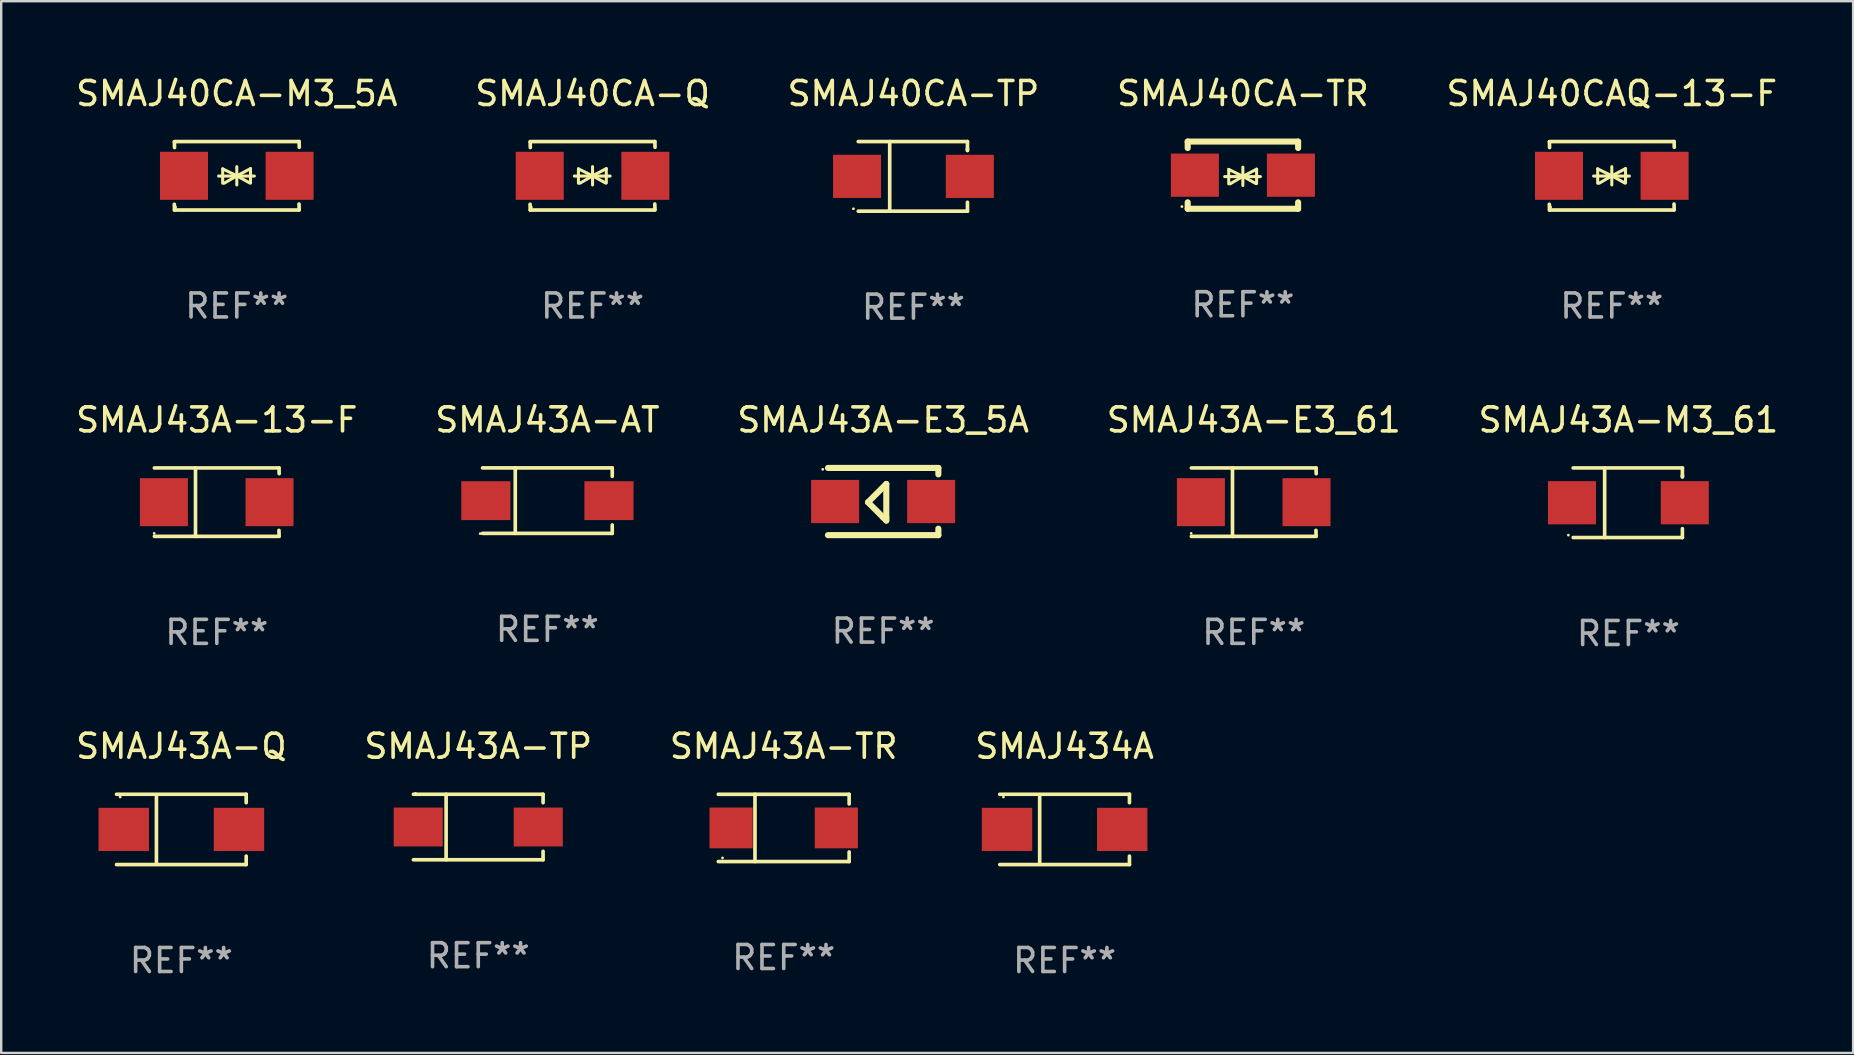
<source format=kicad_pcb>
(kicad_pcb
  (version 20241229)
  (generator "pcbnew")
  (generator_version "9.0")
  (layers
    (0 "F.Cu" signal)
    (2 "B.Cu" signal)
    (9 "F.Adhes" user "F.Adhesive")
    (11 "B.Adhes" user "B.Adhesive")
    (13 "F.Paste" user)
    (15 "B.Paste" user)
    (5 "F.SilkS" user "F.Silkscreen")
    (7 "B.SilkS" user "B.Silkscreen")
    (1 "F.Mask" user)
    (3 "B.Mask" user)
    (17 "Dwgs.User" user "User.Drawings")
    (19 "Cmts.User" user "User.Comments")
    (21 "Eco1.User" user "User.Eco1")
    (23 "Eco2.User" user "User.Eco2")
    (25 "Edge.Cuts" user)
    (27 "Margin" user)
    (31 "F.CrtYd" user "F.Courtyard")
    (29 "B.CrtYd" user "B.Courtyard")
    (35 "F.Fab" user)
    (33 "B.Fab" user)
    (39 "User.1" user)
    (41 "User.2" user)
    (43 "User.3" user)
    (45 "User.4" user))
  (footprint "SMAJ40CAQ-13-F"
    (layer "F.Cu")
    (at 64.101 4.274)
    (property "Reference" "SMAJ40CAQ-13-F" (at 0 -3.426 0) (layer "F.SilkS") (effects (font (size 1 1) (thickness 0.15))))
    (attr through_hole)
    (fp_line (start -2.596 -1.426) (end 2.596 -1.426) (stroke (width 0.152) (type solid)) (layer "F.SilkS"))
    (fp_line (start -2.596 1.426) (end -2.603 1.187) (stroke (width 0.152) (type solid)) (layer "F.SilkS"))
    (fp_line (start -2.596 1.426) (end 2.596 1.426) (stroke (width 0.152) (type solid)) (layer "F.SilkS"))
    (fp_line (start -2.593 -1.176) (end -2.6 -1.415) (stroke (width 0.152) (type solid)) (layer "F.SilkS"))
    (fp_line (start -0.758 0.011) (end 0.732 0.011) (stroke (width 0.127) (type solid)) (layer "F.SilkS"))
    (fp_line (start -0.588 -0.289) (end -0.588 0.311) (stroke (width 0.127) (type solid)) (layer "F.SilkS"))
    (fp_line (start -0.588 -0.289) (end 0 0) (stroke (width 0.127) (type solid)) (layer "F.SilkS"))
    (fp_line (start -0.528 0.311) (end 0 0) (stroke (width 0.127) (type solid)) (layer "F.SilkS"))
    (fp_line (start 0 0) (end 0 -0.381) (stroke (width 0.127) (type solid)) (layer "F.SilkS"))
    (fp_line (start 0 0) (end 0 0.381) (stroke (width 0.127) (type solid)) (layer "F.SilkS"))
    (fp_line (start 0.542 0.301) (end 0 0) (stroke (width 0.127) (type solid)) (layer "F.SilkS"))
    (fp_line (start 0.572 -0.299) (end 0 0) (stroke (width 0.127) (type solid)) (layer "F.SilkS"))
    (fp_line (start 0.572 -0.299) (end 0.572 0.301) (stroke (width 0.127) (type solid)) (layer "F.SilkS"))
    (fp_line (start 2.593 1.176) (end 2.6 1.415) (stroke (width 0.152) (type solid)) (layer "F.SilkS"))
    (fp_line (start 2.596 -1.426) (end 2.603 -1.187) (stroke (width 0.152) (type solid)) (layer "F.SilkS"))
    (fp_circle (center -2.55 1.3) (end -2.52 1.3) (stroke (width 0.06) (type solid)) (fill no) (layer "F.SilkS"))
    (fp_text user "REF**" (at 0 5.426 0) (layer "F.Fab") (effects (font (size 1 1) (thickness 0.15))))
    (pad "1" smd rect (at -2.2 0 180) (size 2 2) (layers "F.Cu" "F.Mask" "F.Paste"))
    (pad "2" smd rect (at 2.2 0 180) (size 2 2) (layers "F.Cu" "F.Mask" "F.Paste")))
  (footprint "SMAJ434A"
    (layer "F.Cu")
    (at 41.304 31.505)
    (property "Reference" "SMAJ434A" (at 0 -3.464 0) (layer "F.SilkS") (effects (font (size 1 1) (thickness 0.15))))
    (attr through_hole)
    (fp_line (start -2.701 -1.464) (end 2.701 -1.464) (stroke (width 0.152) (type solid)) (layer "F.SilkS"))
    (fp_line (start -2.701 1.464) (end 2.701 1.464) (stroke (width 0.152) (type solid)) (layer "F.SilkS"))
    (fp_line (start -1.039 -1.364) (end -1.039 1.364) (stroke (width 0.152) (type solid)) (layer "F.SilkS"))
    (fp_line (start 2.701 -1.464) (end 2.701 -1.113) (stroke (width 0.152) (type solid)) (layer "F.SilkS"))
    (fp_line (start 2.701 1.464) (end 2.701 1.113) (stroke (width 0.152) (type solid)) (layer "F.SilkS"))
    (fp_circle (center -2.55 -1.35) (end -2.52 -1.35) (stroke (width 0.06) (type solid)) (fill no) (layer "F.SilkS"))
    (fp_text user "REF**" (at 0 5.464 0) (layer "F.Fab") (effects (font (size 1 1) (thickness 0.15))))
    (pad "1" smd rect (at -2.4 0) (size 2.1 1.8) (layers "F.Cu" "F.Mask" "F.Paste"))
    (pad "2" smd rect (at 2.4 0) (size 2.1 1.8) (layers "F.Cu" "F.Mask" "F.Paste")))
  (footprint "SMAJ40CA-M3_5A"
    (layer "F.Cu")
    (at 6.815 4.274)
    (property "Reference" "SMAJ40CA-M3_5A" (at 0 -3.426 0) (layer "F.SilkS") (effects (font (size 1 1) (thickness 0.15))))
    (attr through_hole)
    (fp_line (start -2.596 -1.426) (end 2.596 -1.426) (stroke (width 0.152) (type solid)) (layer "F.SilkS"))
    (fp_line (start -2.596 1.426) (end -2.603 1.187) (stroke (width 0.152) (type solid)) (layer "F.SilkS"))
    (fp_line (start -2.596 1.426) (end 2.596 1.426) (stroke (width 0.152) (type solid)) (layer "F.SilkS"))
    (fp_line (start -2.593 -1.176) (end -2.6 -1.415) (stroke (width 0.152) (type solid)) (layer "F.SilkS"))
    (fp_line (start -0.758 0.011) (end 0.732 0.011) (stroke (width 0.127) (type solid)) (layer "F.SilkS"))
    (fp_line (start -0.588 -0.289) (end -0.588 0.311) (stroke (width 0.127) (type solid)) (layer "F.SilkS"))
    (fp_line (start -0.588 -0.289) (end 0 0) (stroke (width 0.127) (type solid)) (layer "F.SilkS"))
    (fp_line (start -0.528 0.311) (end 0 0) (stroke (width 0.127) (type solid)) (layer "F.SilkS"))
    (fp_line (start 0 0) (end 0 -0.381) (stroke (width 0.127) (type solid)) (layer "F.SilkS"))
    (fp_line (start 0 0) (end 0 0.381) (stroke (width 0.127) (type solid)) (layer "F.SilkS"))
    (fp_line (start 0.542 0.301) (end 0 0) (stroke (width 0.127) (type solid)) (layer "F.SilkS"))
    (fp_line (start 0.572 -0.299) (end 0 0) (stroke (width 0.127) (type solid)) (layer "F.SilkS"))
    (fp_line (start 0.572 -0.299) (end 0.572 0.301) (stroke (width 0.127) (type solid)) (layer "F.SilkS"))
    (fp_line (start 2.593 1.176) (end 2.6 1.415) (stroke (width 0.152) (type solid)) (layer "F.SilkS"))
    (fp_line (start 2.596 -1.426) (end 2.603 -1.187) (stroke (width 0.152) (type solid)) (layer "F.SilkS"))
    (fp_circle (center -2.55 1.3) (end -2.52 1.3) (stroke (width 0.06) (type solid)) (fill no) (layer "F.SilkS"))
    (fp_text user "REF**" (at 0 5.426 0) (layer "F.Fab") (effects (font (size 1 1) (thickness 0.15))))
    (pad "1" smd rect (at -2.2 0 180) (size 2 2) (layers "F.Cu" "F.Mask" "F.Paste"))
    (pad "2" smd rect (at 2.2 0 180) (size 2 2) (layers "F.Cu" "F.Mask" "F.Paste")))
  (footprint "SMAJ43A-M3_61"
    (layer "F.Cu")
    (at 64.792 17.895)
    (property "Reference" "SMAJ43A-M3_61" (at 0 -3.45 0) (layer "F.SilkS") (effects (font (size 1 1) (thickness 0.15))))
    (attr through_hole)
    (fp_line (start -2.3 -1.45) (end 2.25 -1.45) (stroke (width 0.152) (type solid)) (layer "F.SilkS"))
    (fp_line (start -0.989 -1.45) (end -0.989 1.45) (stroke (width 0.152) (type solid)) (layer "F.SilkS"))
    (fp_line (start 2.25 -1.45) (end 2.25 -1.08) (stroke (width 0.152) (type solid)) (layer "F.SilkS"))
    (fp_line (start 2.25 -1.08) (end 2.25 -1.142) (stroke (width 0.152) (type solid)) (layer "F.SilkS"))
    (fp_line (start 2.25 1.45) (end -2.3 1.45) (stroke (width 0.152) (type solid)) (layer "F.SilkS"))
    (fp_line (start 2.25 1.45) (end 2.25 1.08) (stroke (width 0.152) (type solid)) (layer "F.SilkS"))
    (fp_circle (center -2.5 1.35) (end -2.47 1.35) (stroke (width 0.06) (type solid)) (fill no) (layer "F.SilkS"))
    (fp_text user "REF**" (at 0 5.45 0) (layer "F.Fab") (effects (font (size 1 1) (thickness 0.15))))
    (pad "1" smd rect (at -2.35 0.000025) (size 2 1.8) (layers "F.Cu" "F.Mask" "F.Paste"))
    (pad "2" smd rect (at 2.35 0.000025) (size 2 1.8) (layers "F.Cu" "F.Mask" "F.Paste")))
  (footprint "SMAJ43A-E3_61"
    (layer "F.Cu")
    (at 49.185 17.871)
    (property "Reference" "SMAJ43A-E3_61" (at 0 -3.426 0) (layer "F.SilkS") (effects (font (size 1 1) (thickness 0.15))))
    (attr through_hole)
    (fp_line (start -2.6 -1.426) (end 2.593 -1.426) (stroke (width 0.152) (type solid)) (layer "F.SilkS"))
    (fp_line (start -2.6 1.426) (end 2.593 1.426) (stroke (width 0.152) (type solid)) (layer "F.SilkS"))
    (fp_line (start -0.887 -1.426) (end -0.887 1.426) (stroke (width 0.152) (type solid)) (layer "F.SilkS"))
    (fp_line (start 2.59 1.176) (end 2.597 1.415) (stroke (width 0.152) (type solid)) (layer "F.SilkS"))
    (fp_line (start 2.593 -1.426) (end 2.6 -1.187) (stroke (width 0.152) (type solid)) (layer "F.SilkS"))
    (fp_circle (center -2.608 1.3) (end -2.578 1.3) (stroke (width 0.06) (type solid)) (fill no) (layer "F.SilkS"))
    (fp_text user "REF**" (at 0 5.426 0) (layer "F.Fab") (effects (font (size 1 1) (thickness 0.15))))
    (pad "1" smd rect (at -2.203 0 180) (size 2 2) (layers "F.Cu" "F.Mask" "F.Paste"))
    (pad "2" smd rect (at 2.197 0 180) (size 2 2) (layers "F.Cu" "F.Mask" "F.Paste")))
  (footprint "SMAJ43A-13-F"
    (layer "F.Cu")
    (at 5.982 17.871)
    (property "Reference" "SMAJ43A-13-F" (at 0 -3.426 0) (layer "F.SilkS") (effects (font (size 1 1) (thickness 0.15))))
    (attr through_hole)
    (fp_line (start -2.6 -1.426) (end 2.593 -1.426) (stroke (width 0.152) (type solid)) (layer "F.SilkS"))
    (fp_line (start -2.6 1.426) (end 2.593 1.426) (stroke (width 0.152) (type solid)) (layer "F.SilkS"))
    (fp_line (start -0.887 -1.426) (end -0.887 1.426) (stroke (width 0.152) (type solid)) (layer "F.SilkS"))
    (fp_line (start 2.59 1.176) (end 2.597 1.415) (stroke (width 0.152) (type solid)) (layer "F.SilkS"))
    (fp_line (start 2.593 -1.426) (end 2.6 -1.187) (stroke (width 0.152) (type solid)) (layer "F.SilkS"))
    (fp_circle (center -2.608 1.3) (end -2.578 1.3) (stroke (width 0.06) (type solid)) (fill no) (layer "F.SilkS"))
    (fp_text user "REF**" (at 0 5.426 0) (layer "F.Fab") (effects (font (size 1 1) (thickness 0.15))))
    (pad "1" smd rect (at -2.203 0 180) (size 2 2) (layers "F.Cu" "F.Mask" "F.Paste"))
    (pad "2" smd rect (at 2.197 0 180) (size 2 2) (layers "F.Cu" "F.Mask" "F.Paste")))
  (footprint "SMAJ40CA-Q"
    (layer "F.Cu")
    (at 21.637 4.274)
    (property "Reference" "SMAJ40CA-Q" (at 0 -3.426 0) (layer "F.SilkS") (effects (font (size 1 1) (thickness 0.15))))
    (attr through_hole)
    (fp_line (start -2.596 -1.426) (end 2.596 -1.426) (stroke (width 0.152) (type solid)) (layer "F.SilkS"))
    (fp_line (start -2.596 1.426) (end -2.603 1.187) (stroke (width 0.152) (type solid)) (layer "F.SilkS"))
    (fp_line (start -2.596 1.426) (end 2.596 1.426) (stroke (width 0.152) (type solid)) (layer "F.SilkS"))
    (fp_line (start -2.593 -1.176) (end -2.6 -1.415) (stroke (width 0.152) (type solid)) (layer "F.SilkS"))
    (fp_line (start -0.758 0.011) (end 0.732 0.011) (stroke (width 0.127) (type solid)) (layer "F.SilkS"))
    (fp_line (start -0.588 -0.289) (end -0.588 0.311) (stroke (width 0.127) (type solid)) (layer "F.SilkS"))
    (fp_line (start -0.588 -0.289) (end 0 0) (stroke (width 0.127) (type solid)) (layer "F.SilkS"))
    (fp_line (start -0.528 0.311) (end 0 0) (stroke (width 0.127) (type solid)) (layer "F.SilkS"))
    (fp_line (start 0 0) (end 0 -0.381) (stroke (width 0.127) (type solid)) (layer "F.SilkS"))
    (fp_line (start 0 0) (end 0 0.381) (stroke (width 0.127) (type solid)) (layer "F.SilkS"))
    (fp_line (start 0.542 0.301) (end 0 0) (stroke (width 0.127) (type solid)) (layer "F.SilkS"))
    (fp_line (start 0.572 -0.299) (end 0 0) (stroke (width 0.127) (type solid)) (layer "F.SilkS"))
    (fp_line (start 0.572 -0.299) (end 0.572 0.301) (stroke (width 0.127) (type solid)) (layer "F.SilkS"))
    (fp_line (start 2.593 1.176) (end 2.6 1.415) (stroke (width 0.152) (type solid)) (layer "F.SilkS"))
    (fp_line (start 2.596 -1.426) (end 2.603 -1.187) (stroke (width 0.152) (type solid)) (layer "F.SilkS"))
    (fp_circle (center -2.55 1.3) (end -2.52 1.3) (stroke (width 0.06) (type solid)) (fill no) (layer "F.SilkS"))
    (fp_text user "REF**" (at 0 5.426 0) (layer "F.Fab") (effects (font (size 1 1) (thickness 0.15))))
    (pad "1" smd rect (at -2.2 0 180) (size 2 2) (layers "F.Cu" "F.Mask" "F.Paste"))
    (pad "2" smd rect (at 2.2 0 180) (size 2 2) (layers "F.Cu" "F.Mask" "F.Paste")))
  (footprint "SMAJ43A-TP"
    (layer "F.Cu")
    (at 16.875 31.405)
    (property "Reference" "SMAJ43A-TP" (at 0 -3.364 0) (layer "F.SilkS") (effects (font (size 1 1) (thickness 0.15))))
    (attr through_hole)
    (fp_line (start -2.701 -1.364) (end 2.701 -1.364) (stroke (width 0.152) (type solid)) (layer "F.SilkS"))
    (fp_line (start -2.701 1.364) (end 2.701 1.364) (stroke (width 0.152) (type solid)) (layer "F.SilkS"))
    (fp_line (start -1.339 -1.364) (end -1.339 1.364) (stroke (width 0.152) (type solid)) (layer "F.SilkS"))
    (fp_line (start 2.701 -1.364) (end 2.701 -1.013) (stroke (width 0.152) (type solid)) (layer "F.SilkS"))
    (fp_line (start 2.701 1.364) (end 2.701 1.013) (stroke (width 0.152) (type solid)) (layer "F.SilkS"))
    (fp_circle (center -2.615 -1.4) (end -2.585 -1.4) (stroke (width 0.06) (type solid)) (fill no) (layer "F.SilkS"))
    (fp_text user "REF**" (at 0 5.364 0) (layer "F.Fab") (effects (font (size 1 1) (thickness 0.15))))
    (pad "1" smd rect (at -2.5 0) (size 2.046 1.62) (layers "F.Cu" "F.Mask" "F.Paste"))
    (pad "2" smd rect (at 2.5 0) (size 2.046 1.62) (layers "F.Cu" "F.Mask" "F.Paste")))
  (footprint "SMAJ43A-Q"
    (layer "F.Cu")
    (at 4.506 31.505)
    (property "Reference" "SMAJ43A-Q" (at 0 -3.464 0) (layer "F.SilkS") (effects (font (size 1 1) (thickness 0.15))))
    (attr through_hole)
    (fp_line (start -2.701 -1.464) (end 2.701 -1.464) (stroke (width 0.152) (type solid)) (layer "F.SilkS"))
    (fp_line (start -2.701 1.464) (end 2.701 1.464) (stroke (width 0.152) (type solid)) (layer "F.SilkS"))
    (fp_line (start -1.039 -1.364) (end -1.039 1.364) (stroke (width 0.152) (type solid)) (layer "F.SilkS"))
    (fp_line (start 2.701 -1.464) (end 2.701 -1.113) (stroke (width 0.152) (type solid)) (layer "F.SilkS"))
    (fp_line (start 2.701 1.464) (end 2.701 1.113) (stroke (width 0.152) (type solid)) (layer "F.SilkS"))
    (fp_circle (center -2.55 -1.35) (end -2.52 -1.35) (stroke (width 0.06) (type solid)) (fill no) (layer "F.SilkS"))
    (fp_text user "REF**" (at 0 5.464 0) (layer "F.Fab") (effects (font (size 1 1) (thickness 0.15))))
    (pad "1" smd rect (at -2.4 0) (size 2.1 1.8) (layers "F.Cu" "F.Mask" "F.Paste"))
    (pad "2" smd rect (at 2.4 0) (size 2.1 1.8) (layers "F.Cu" "F.Mask" "F.Paste")))
  (footprint "SMAJ40CA-TP"
    (layer "F.Cu")
    (at 35.006 4.298)
    (property "Reference" "SMAJ40CA-TP" (at 0 -3.45 0) (layer "F.SilkS") (effects (font (size 1 1) (thickness 0.15))))
    (attr through_hole)
    (fp_line (start -2.3 -1.45) (end 2.25 -1.45) (stroke (width 0.152) (type solid)) (layer "F.SilkS"))
    (fp_line (start -0.989 -1.45) (end -0.989 1.45) (stroke (width 0.152) (type solid)) (layer "F.SilkS"))
    (fp_line (start 2.25 -1.45) (end 2.25 -1.08) (stroke (width 0.152) (type solid)) (layer "F.SilkS"))
    (fp_line (start 2.25 -1.08) (end 2.25 -1.142) (stroke (width 0.152) (type solid)) (layer "F.SilkS"))
    (fp_line (start 2.25 1.45) (end -2.3 1.45) (stroke (width 0.152) (type solid)) (layer "F.SilkS"))
    (fp_line (start 2.25 1.45) (end 2.25 1.08) (stroke (width 0.152) (type solid)) (layer "F.SilkS"))
    (fp_circle (center -2.5 1.35) (end -2.47 1.35) (stroke (width 0.06) (type solid)) (fill no) (layer "F.SilkS"))
    (fp_text user "REF**" (at 0 5.45 0) (layer "F.Fab") (effects (font (size 1 1) (thickness 0.15))))
    (pad "1" smd rect (at -2.35 0.000025) (size 2 1.8) (layers "F.Cu" "F.Mask" "F.Paste"))
    (pad "2" smd rect (at 2.35 0.000025) (size 2 1.8) (layers "F.Cu" "F.Mask" "F.Paste")))
  (footprint "SMAJ43A-AT"
    (layer "F.Cu")
    (at 19.756 17.808)
    (property "Reference" "SMAJ43A-AT" (at 0 -3.364 0) (layer "F.SilkS") (effects (font (size 1 1) (thickness 0.15))))
    (attr through_hole)
    (fp_line (start -2.701 -1.364) (end 2.701 -1.364) (stroke (width 0.152) (type solid)) (layer "F.SilkS"))
    (fp_line (start -2.701 1.364) (end 2.701 1.364) (stroke (width 0.152) (type solid)) (layer "F.SilkS"))
    (fp_line (start -1.339 -1.364) (end -1.339 1.364) (stroke (width 0.152) (type solid)) (layer "F.SilkS"))
    (fp_line (start 2.701 -1.364) (end 2.701 -1.013) (stroke (width 0.152) (type solid)) (layer "F.SilkS"))
    (fp_line (start 2.701 1.364) (end 2.701 1.013) (stroke (width 0.152) (type solid)) (layer "F.SilkS"))
    (fp_circle (center -2.8 1.375) (end -2.77 1.375) (stroke (width 0.06) (type solid)) (fill no) (layer "F.SilkS"))
    (fp_text user "REF**" (at 0 5.364 0) (layer "F.Fab") (effects (font (size 1 1) (thickness 0.15))))
    (pad "1" smd rect (at -2.565 -0.000025) (size 2.046 1.62) (layers "F.Cu" "F.Mask" "F.Paste"))
    (pad "2" smd rect (at 2.565 -0.000025) (size 2.046 1.62) (layers "F.Cu" "F.Mask" "F.Paste")))
  (footprint "SMAJ43A-E3_5A"
    (layer "F.Cu")
    (at 33.744 17.845)
    (property "Reference" "SMAJ43A-E3_5A" (at 0 -3.4 0) (layer "F.SilkS") (effects (font (size 1 1) (thickness 0.15))))
    (attr through_hole)
    (fp_line (start -2.3 -1.4) (end 2.3 -1.4) (stroke (width 0.254) (type solid)) (layer "F.SilkS"))
    (fp_line (start -2.3 1.4) (end 2.3 1.4) (stroke (width 0.254) (type solid)) (layer "F.SilkS"))
    (fp_line (start -0.631 0.03) (end 0.131 -0.732) (stroke (width 0.254) (type solid)) (layer "F.SilkS"))
    (fp_line (start 0.004 0.665) (end -0.631 0.03) (stroke (width 0.254) (type solid)) (layer "F.SilkS"))
    (fp_line (start 0.131 -0.732) (end 0.131 0.665) (stroke (width 0.254) (type solid)) (layer "F.SilkS"))
    (fp_line (start 0.131 0.665) (end 0.131 0.792) (stroke (width 0.254) (type solid)) (layer "F.SilkS"))
    (fp_line (start 0.131 0.792) (end 0.004 0.665) (stroke (width 0.254) (type solid)) (layer "F.SilkS"))
    (fp_line (start 2.3 -1.4) (end 2.3 -1.131) (stroke (width 0.254) (type solid)) (layer "F.SilkS"))
    (fp_line (start 2.3 1.131) (end 2.3 1.4) (stroke (width 0.254) (type solid)) (layer "F.SilkS"))
    (fp_circle (center -2.517 -1.342) (end -2.487 -1.342) (stroke (width 0.06) (type solid)) (fill no) (layer "F.SilkS"))
    (fp_text user "REF**" (at 0 5.4 0) (layer "F.Fab") (effects (font (size 1 1) (thickness 0.15))))
    (pad "1" smd rect (at -2 -0.000127) (size 2 1.8) (layers "F.Cu" "F.Mask" "F.Paste"))
    (pad "2" smd rect (at 2 -0.000127) (size 2 1.8) (layers "F.Cu" "F.Mask" "F.Paste")))
  (footprint "SMAJ43A-TR"
    (layer "F.Cu")
    (at 29.601 31.443)
    (property "Reference" "SMAJ43A-TR" (at 0 -3.401 0) (layer "F.SilkS") (effects (font (size 1 1) (thickness 0.15))))
    (attr through_hole)
    (fp_line (start -2.726 -1.401) (end 2.726 -1.401) (stroke (width 0.152) (type solid)) (layer "F.SilkS"))
    (fp_line (start -2.726 1.401) (end 2.726 1.401) (stroke (width 0.152) (type solid)) (layer "F.SilkS"))
    (fp_line (start -1.197 -1.401) (end -1.197 1.401) (stroke (width 0.152) (type solid)) (layer "F.SilkS"))
    (fp_line (start 2.726 -1.401) (end 2.726 -1) (stroke (width 0.152) (type solid)) (layer "F.SilkS"))
    (fp_line (start 2.726 1.401) (end 2.726 1) (stroke (width 0.152) (type solid)) (layer "F.SilkS"))
    (fp_circle (center -2.55 1.25) (end -2.52 1.25) (stroke (width 0.06) (type solid)) (fill no) (layer "F.SilkS"))
    (fp_text user "REF**" (at 0 5.401 0) (layer "F.Fab") (effects (font (size 1 1) (thickness 0.15))))
    (pad "1" smd rect (at -2.192 0) (size 1.8 1.7) (layers "F.Cu" "F.Mask" "F.Paste"))
    (pad "2" smd rect (at 2.192 0) (size 1.8 1.7) (layers "F.Cu" "F.Mask" "F.Paste")))
  (footprint "SMAJ40CA-TR"
    (layer "F.Cu")
    (at 48.732 4.248)
    (property "Reference" "SMAJ40CA-TR" (at 0 -3.4 0) (layer "F.SilkS") (effects (font (size 1 1) (thickness 0.15))))
    (attr through_hole)
    (fp_line (start -2.3 -1.4) (end -2.3 -1.131) (stroke (width 0.254) (type solid)) (layer "F.SilkS"))
    (fp_line (start -2.3 -1.4) (end 2.3 -1.4) (stroke (width 0.254) (type solid)) (layer "F.SilkS"))
    (fp_line (start -2.3 1.131) (end -2.3 1.4) (stroke (width 0.254) (type solid)) (layer "F.SilkS"))
    (fp_line (start -2.3 1.4) (end 2.3 1.4) (stroke (width 0.254) (type solid)) (layer "F.SilkS"))
    (fp_line (start -0.76 0.06) (end 0.73 0.06) (stroke (width 0.127) (type solid)) (layer "F.SilkS"))
    (fp_line (start -0.59 -0.24) (end -0.59 0.36) (stroke (width 0.127) (type solid)) (layer "F.SilkS"))
    (fp_line (start -0.59 -0.24) (end -0.002 0.049) (stroke (width 0.127) (type solid)) (layer "F.SilkS"))
    (fp_line (start -0.53 0.36) (end -0.002 0.049) (stroke (width 0.127) (type solid)) (layer "F.SilkS"))
    (fp_line (start -0.002 0.049) (end -0.002 -0.332) (stroke (width 0.127) (type solid)) (layer "F.SilkS"))
    (fp_line (start -0.002 0.049) (end -0.002 0.43) (stroke (width 0.127) (type solid)) (layer "F.SilkS"))
    (fp_line (start 0.54 0.35) (end -0.002 0.049) (stroke (width 0.127) (type solid)) (layer "F.SilkS"))
    (fp_line (start 0.57 -0.25) (end -0.002 0.049) (stroke (width 0.127) (type solid)) (layer "F.SilkS"))
    (fp_line (start 0.57 -0.25) (end 0.57 0.35) (stroke (width 0.127) (type solid)) (layer "F.SilkS"))
    (fp_line (start 2.3 -1.4) (end 2.3 -1.131) (stroke (width 0.254) (type solid)) (layer "F.SilkS"))
    (fp_line (start 2.3 1.131) (end 2.3 1.4) (stroke (width 0.254) (type solid)) (layer "F.SilkS"))
    (fp_circle (center -2.542 1.308) (end -2.512 1.308) (stroke (width 0.06) (type solid)) (fill no) (layer "F.SilkS"))
    (fp_text user "REF**" (at 0 5.4 0) (layer "F.Fab") (effects (font (size 1 1) (thickness 0.15))))
    (pad "1" smd rect (at -2 0) (size 2 1.8) (layers "F.Cu" "F.Mask" "F.Paste"))
    (pad "2" smd rect (at 2 0) (size 2 1.8) (layers "F.Cu" "F.Mask" "F.Paste")))
  (gr_rect
    (start -3 -3)
    (end 74.155 40.817)
    (stroke (width 0.1) (type default))
    (fill no)
    (layer "Edge.Cuts")))
</source>
